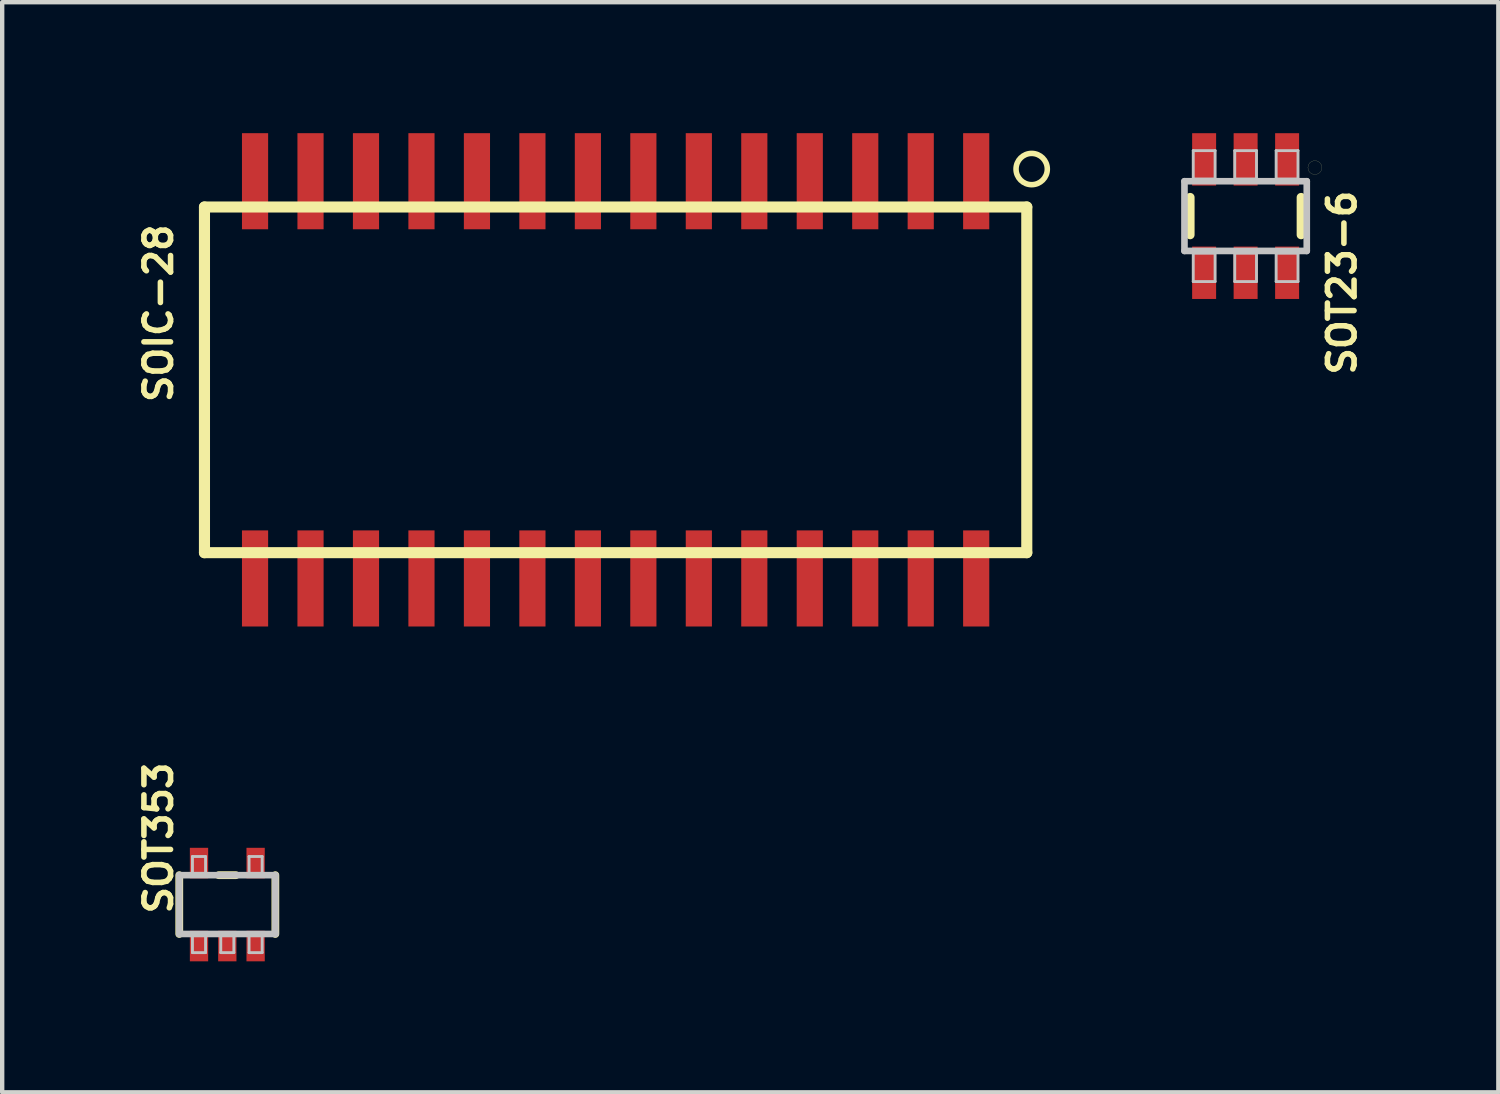
<source format=kicad_pcb>
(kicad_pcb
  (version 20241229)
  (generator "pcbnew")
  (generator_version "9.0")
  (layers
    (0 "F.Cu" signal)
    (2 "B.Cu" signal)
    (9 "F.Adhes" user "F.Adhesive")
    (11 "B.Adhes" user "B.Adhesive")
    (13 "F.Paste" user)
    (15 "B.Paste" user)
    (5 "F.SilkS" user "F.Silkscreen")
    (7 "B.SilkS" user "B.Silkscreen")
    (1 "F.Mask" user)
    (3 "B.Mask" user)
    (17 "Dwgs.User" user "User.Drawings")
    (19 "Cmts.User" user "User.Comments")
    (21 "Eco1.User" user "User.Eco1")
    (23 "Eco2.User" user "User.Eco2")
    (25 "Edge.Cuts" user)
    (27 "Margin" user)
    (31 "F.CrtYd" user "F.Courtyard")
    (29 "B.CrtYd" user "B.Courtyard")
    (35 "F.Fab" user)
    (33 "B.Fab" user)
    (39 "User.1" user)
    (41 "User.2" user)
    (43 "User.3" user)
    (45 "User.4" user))
  (footprint "SOIC-28"
    (layer "F.Cu")
    (at 10.409 5.646)
    (property "Reference" "SOIC-28" (at -9.83 -1.524 90) (layer "F.SilkS") (effects (font (size 0.61 0.61) (thickness 0.127))))
    (attr smd)
    (fp_line (start -8.778 -3.957) (end 10.048 -3.957) (stroke (width 0.254) (type solid)) (layer "F.SilkS"))
    (fp_line (start -8.778 3.957) (end -8.778 -3.957) (stroke (width 0.254) (type solid)) (layer "F.SilkS"))
    (fp_line (start 10.048 -3.957) (end 10.048 3.957) (stroke (width 0.254) (type solid)) (layer "F.SilkS"))
    (fp_line (start 10.048 3.957) (end -8.778 3.957) (stroke (width 0.254) (type solid)) (layer "F.SilkS"))
    (fp_circle (center 10.16 -4.826) (end 10.16 -5.184) (stroke (width 0.127) (type solid)) (fill no) (layer "F.SilkS"))
    (pad "1" smd rect (at 8.89 -4.547) (size 0.599 2.2) (layers "F.Cu" "F.Mask" "F.Paste"))
    (pad "2" smd rect (at 7.62 -4.547) (size 0.599 2.2) (layers "F.Cu" "F.Mask" "F.Paste"))
    (pad "3" smd rect (at 6.35 -4.547) (size 0.599 2.2) (layers "F.Cu" "F.Mask" "F.Paste"))
    (pad "4" smd rect (at 5.08 -4.547) (size 0.599 2.2) (layers "F.Cu" "F.Mask" "F.Paste"))
    (pad "5" smd rect (at 3.81 -4.547) (size 0.599 2.2) (layers "F.Cu" "F.Mask" "F.Paste"))
    (pad "6" smd rect (at 2.54 -4.547) (size 0.599 2.2) (layers "F.Cu" "F.Mask" "F.Paste"))
    (pad "7" smd rect (at 1.27 -4.547) (size 0.599 2.2) (layers "F.Cu" "F.Mask" "F.Paste"))
    (pad "8" smd rect (at 0 -4.547) (size 0.599 2.2) (layers "F.Cu" "F.Mask" "F.Paste"))
    (pad "9" smd rect (at -1.27 -4.547) (size 0.599 2.2) (layers "F.Cu" "F.Mask" "F.Paste"))
    (pad "10" smd rect (at -2.54 -4.547) (size 0.599 2.2) (layers "F.Cu" "F.Mask" "F.Paste"))
    (pad "11" smd rect (at -3.81 -4.547) (size 0.599 2.2) (layers "F.Cu" "F.Mask" "F.Paste"))
    (pad "12" smd rect (at -5.08 -4.547) (size 0.599 2.2) (layers "F.Cu" "F.Mask" "F.Paste"))
    (pad "13" smd rect (at -6.35 -4.547) (size 0.599 2.2) (layers "F.Cu" "F.Mask" "F.Paste"))
    (pad "14" smd rect (at -7.62 -4.547) (size 0.599 2.2) (layers "F.Cu" "F.Mask" "F.Paste"))
    (pad "15" smd rect (at -7.62 4.547) (size 0.599 2.2) (layers "F.Cu" "F.Mask" "F.Paste"))
    (pad "16" smd rect (at -6.35 4.547) (size 0.599 2.2) (layers "F.Cu" "F.Mask" "F.Paste"))
    (pad "17" smd rect (at -5.08 4.547) (size 0.599 2.2) (layers "F.Cu" "F.Mask" "F.Paste"))
    (pad "18" smd rect (at -3.81 4.547) (size 0.599 2.2) (layers "F.Cu" "F.Mask" "F.Paste"))
    (pad "19" smd rect (at -2.54 4.547) (size 0.599 2.2) (layers "F.Cu" "F.Mask" "F.Paste"))
    (pad "20" smd rect (at -1.27 4.547) (size 0.599 2.2) (layers "F.Cu" "F.Mask" "F.Paste"))
    (pad "21" smd rect (at 0 4.547) (size 0.599 2.2) (layers "F.Cu" "F.Mask" "F.Paste"))
    (pad "22" smd rect (at 1.27 4.547) (size 0.599 2.2) (layers "F.Cu" "F.Mask" "F.Paste"))
    (pad "23" smd rect (at 2.54 4.547) (size 0.599 2.2) (layers "F.Cu" "F.Mask" "F.Paste"))
    (pad "24" smd rect (at 3.81 4.547) (size 0.599 2.2) (layers "F.Cu" "F.Mask" "F.Paste"))
    (pad "25" smd rect (at 5.08 4.547) (size 0.599 2.2) (layers "F.Cu" "F.Mask" "F.Paste"))
    (pad "26" smd rect (at 6.35 4.547) (size 0.599 2.2) (layers "F.Cu" "F.Mask" "F.Paste"))
    (pad "27" smd rect (at 7.62 4.547) (size 0.599 2.2) (layers "F.Cu" "F.Mask" "F.Paste"))
    (pad "28" smd rect (at 8.89 4.547) (size 0.599 2.2) (layers "F.Cu" "F.Mask" "F.Paste")))
  (footprint "SOT23-6"
    (layer "F.Cu")
    (at 25.467 1.897)
    (property "Reference" "SOT23-6" (at 2.207 1.524 270) (layer "F.SilkS") (effects (font (size 0.61 0.61) (thickness 0.127))))
    (attr smd)
    (fp_line (start -1.27 0.429) (end -1.27 -0.429) (stroke (width 0.203) (type solid)) (layer "F.SilkS"))
    (fp_line (start 1.27 -0.429) (end 1.27 0.429) (stroke (width 0.203) (type solid)) (layer "F.SilkS"))
    (fp_line (start 1.427 -1.11) (end 1.433 -1.069) (stroke (width 0.003) (type solid)) (layer "F.SilkS"))
    (fp_line (start 1.433 -1.151) (end 1.427 -1.11) (stroke (width 0.003) (type solid)) (layer "F.SilkS"))
    (fp_line (start 1.433 -1.069) (end 1.448 -1.031) (stroke (width 0.003) (type solid)) (layer "F.SilkS"))
    (fp_line (start 1.448 -1.189) (end 1.433 -1.151) (stroke (width 0.003) (type solid)) (layer "F.SilkS"))
    (fp_line (start 1.448 -1.031) (end 1.473 -0.998) (stroke (width 0.003) (type solid)) (layer "F.SilkS"))
    (fp_line (start 1.473 -1.222) (end 1.448 -1.189) (stroke (width 0.003) (type solid)) (layer "F.SilkS"))
    (fp_line (start 1.473 -0.998) (end 1.506 -0.973) (stroke (width 0.003) (type solid)) (layer "F.SilkS"))
    (fp_line (start 1.506 -1.247) (end 1.473 -1.222) (stroke (width 0.003) (type solid)) (layer "F.SilkS"))
    (fp_line (start 1.506 -0.973) (end 1.544 -0.958) (stroke (width 0.003) (type solid)) (layer "F.SilkS"))
    (fp_line (start 1.544 -1.262) (end 1.506 -1.247) (stroke (width 0.003) (type solid)) (layer "F.SilkS"))
    (fp_line (start 1.544 -0.958) (end 1.587 -0.953) (stroke (width 0.003) (type solid)) (layer "F.SilkS"))
    (fp_line (start 1.587 -1.27) (end 1.544 -1.262) (stroke (width 0.003) (type solid)) (layer "F.SilkS"))
    (fp_line (start 1.587 -0.953) (end 1.628 -0.958) (stroke (width 0.003) (type solid)) (layer "F.SilkS"))
    (fp_line (start 1.628 -1.262) (end 1.587 -1.27) (stroke (width 0.003) (type solid)) (layer "F.SilkS"))
    (fp_line (start 1.628 -0.958) (end 1.666 -0.973) (stroke (width 0.003) (type solid)) (layer "F.SilkS"))
    (fp_line (start 1.666 -1.247) (end 1.628 -1.262) (stroke (width 0.003) (type solid)) (layer "F.SilkS"))
    (fp_line (start 1.666 -0.973) (end 1.699 -0.998) (stroke (width 0.003) (type solid)) (layer "F.SilkS"))
    (fp_line (start 1.699 -1.222) (end 1.666 -1.247) (stroke (width 0.003) (type solid)) (layer "F.SilkS"))
    (fp_line (start 1.699 -0.998) (end 1.725 -1.031) (stroke (width 0.003) (type solid)) (layer "F.SilkS"))
    (fp_line (start 1.725 -1.189) (end 1.699 -1.222) (stroke (width 0.003) (type solid)) (layer "F.SilkS"))
    (fp_line (start 1.725 -1.031) (end 1.74 -1.069) (stroke (width 0.003) (type solid)) (layer "F.SilkS"))
    (fp_line (start 1.74 -1.151) (end 1.725 -1.189) (stroke (width 0.003) (type solid)) (layer "F.SilkS"))
    (fp_line (start 1.74 -1.069) (end 1.745 -1.11) (stroke (width 0.003) (type solid)) (layer "F.SilkS"))
    (fp_line (start 1.745 -1.11) (end 1.74 -1.151) (stroke (width 0.003) (type solid)) (layer "F.SilkS"))
    (fp_line (start -1.4 -0.798) (end -1.4 0.798) (stroke (width 0.152) (type solid)) (layer "Dwgs.User"))
    (fp_line (start -1.4 -0.798) (end 1.4 -0.798) (stroke (width 0.152) (type solid)) (layer "Dwgs.User"))
    (fp_line (start -1.199 -1.499) (end -0.699 -1.499) (stroke (width 0.066) (type solid)) (layer "Dwgs.User"))
    (fp_line (start -1.199 -0.848) (end -1.199 -1.499) (stroke (width 0.066) (type solid)) (layer "Dwgs.User"))
    (fp_line (start -1.199 -0.848) (end -0.699 -0.848) (stroke (width 0.066) (type solid)) (layer "Dwgs.User"))
    (fp_line (start -1.199 0.848) (end -0.699 0.848) (stroke (width 0.066) (type solid)) (layer "Dwgs.User"))
    (fp_line (start -1.199 1.499) (end -1.199 0.848) (stroke (width 0.066) (type solid)) (layer "Dwgs.User"))
    (fp_line (start -1.199 1.499) (end -0.699 1.499) (stroke (width 0.066) (type solid)) (layer "Dwgs.User"))
    (fp_line (start -0.699 -0.848) (end -0.699 -1.499) (stroke (width 0.066) (type solid)) (layer "Dwgs.User"))
    (fp_line (start -0.699 1.499) (end -0.699 0.848) (stroke (width 0.066) (type solid)) (layer "Dwgs.User"))
    (fp_line (start -0.249 -1.499) (end 0.249 -1.499) (stroke (width 0.066) (type solid)) (layer "Dwgs.User"))
    (fp_line (start -0.249 -0.848) (end -0.249 -1.499) (stroke (width 0.066) (type solid)) (layer "Dwgs.User"))
    (fp_line (start -0.249 -0.848) (end 0.249 -0.848) (stroke (width 0.066) (type solid)) (layer "Dwgs.User"))
    (fp_line (start -0.249 0.848) (end 0.249 0.848) (stroke (width 0.066) (type solid)) (layer "Dwgs.User"))
    (fp_line (start -0.249 1.499) (end -0.249 0.848) (stroke (width 0.066) (type solid)) (layer "Dwgs.User"))
    (fp_line (start -0.249 1.499) (end 0.249 1.499) (stroke (width 0.066) (type solid)) (layer "Dwgs.User"))
    (fp_line (start 0.249 -0.848) (end 0.249 -1.499) (stroke (width 0.066) (type solid)) (layer "Dwgs.User"))
    (fp_line (start 0.249 1.499) (end 0.249 0.848) (stroke (width 0.066) (type solid)) (layer "Dwgs.User"))
    (fp_line (start 0.699 -1.499) (end 1.199 -1.499) (stroke (width 0.066) (type solid)) (layer "Dwgs.User"))
    (fp_line (start 0.699 -0.848) (end 0.699 -1.499) (stroke (width 0.066) (type solid)) (layer "Dwgs.User"))
    (fp_line (start 0.699 -0.848) (end 1.199 -0.848) (stroke (width 0.066) (type solid)) (layer "Dwgs.User"))
    (fp_line (start 0.699 0.848) (end 1.199 0.848) (stroke (width 0.066) (type solid)) (layer "Dwgs.User"))
    (fp_line (start 0.699 1.499) (end 0.699 0.848) (stroke (width 0.066) (type solid)) (layer "Dwgs.User"))
    (fp_line (start 0.699 1.499) (end 1.199 1.499) (stroke (width 0.066) (type solid)) (layer "Dwgs.User"))
    (fp_line (start 1.199 -0.848) (end 1.199 -1.499) (stroke (width 0.066) (type solid)) (layer "Dwgs.User"))
    (fp_line (start 1.199 1.499) (end 1.199 0.848) (stroke (width 0.066) (type solid)) (layer "Dwgs.User"))
    (fp_line (start 1.4 -0.798) (end 1.4 0.798) (stroke (width 0.152) (type solid)) (layer "Dwgs.User"))
    (fp_line (start 1.4 0.798) (end -1.4 0.798) (stroke (width 0.152) (type solid)) (layer "Dwgs.User"))
    (pad "1" smd rect (at 0.95 -1.298) (size 0.549 1.199) (layers "F.Cu" "F.Mask" "F.Paste"))
    (pad "2" smd rect (at 0 -1.298 180) (size 0.549 1.199) (layers "F.Cu" "F.Mask" "F.Paste"))
    (pad "3" smd rect (at -0.95 -1.298) (size 0.549 1.199) (layers "F.Cu" "F.Mask" "F.Paste"))
    (pad "4" smd rect (at -0.95 1.298) (size 0.549 1.199) (layers "F.Cu" "F.Mask" "F.Paste"))
    (pad "5" smd rect (at 0 1.298) (size 0.549 1.199) (layers "F.Cu" "F.Mask" "F.Paste"))
    (pad "6" smd rect (at 0.95 1.298) (size 0.549 1.199) (layers "F.Cu" "F.Mask" "F.Paste")))
  (footprint "SOT353"
    (layer "F.Cu")
    (at 2.154 17.659)
    (property "Reference" "SOT353" (at -1.575 -1.524 90) (layer "F.SilkS") (effects (font (size 0.61 0.61) (thickness 0.127))))
    (attr smd)
    (fp_line (start -1.1 0.673) (end -1.1 -0.673) (stroke (width 0.178) (type solid)) (layer "F.SilkS"))
    (fp_line (start -0.198 -0.673) (end 0.198 -0.673) (stroke (width 0.178) (type solid)) (layer "F.SilkS"))
    (fp_line (start 1.1 -0.673) (end 1.1 0.673) (stroke (width 0.178) (type solid)) (layer "F.SilkS"))
    (fp_line (start -1.1 -0.673) (end 1.1 -0.673) (stroke (width 0.152) (type solid)) (layer "Dwgs.User"))
    (fp_line (start -1.1 0.673) (end -1.1 -0.673) (stroke (width 0.152) (type solid)) (layer "Dwgs.User"))
    (fp_line (start -0.798 -1.1) (end -0.498 -1.1) (stroke (width 0.066) (type solid)) (layer "Dwgs.User"))
    (fp_line (start -0.798 -0.699) (end -0.798 -1.1) (stroke (width 0.066) (type solid)) (layer "Dwgs.User"))
    (fp_line (start -0.798 -0.699) (end -0.498 -0.699) (stroke (width 0.066) (type solid)) (layer "Dwgs.User"))
    (fp_line (start -0.798 0.699) (end -0.498 0.699) (stroke (width 0.066) (type solid)) (layer "Dwgs.User"))
    (fp_line (start -0.798 1.1) (end -0.798 0.699) (stroke (width 0.066) (type solid)) (layer "Dwgs.User"))
    (fp_line (start -0.798 1.1) (end -0.498 1.1) (stroke (width 0.066) (type solid)) (layer "Dwgs.User"))
    (fp_line (start -0.498 -0.699) (end -0.498 -1.1) (stroke (width 0.066) (type solid)) (layer "Dwgs.User"))
    (fp_line (start -0.498 1.1) (end -0.498 0.699) (stroke (width 0.066) (type solid)) (layer "Dwgs.User"))
    (fp_line (start -0.15 0.699) (end 0.15 0.699) (stroke (width 0.066) (type solid)) (layer "Dwgs.User"))
    (fp_line (start -0.15 1.1) (end -0.15 0.699) (stroke (width 0.066) (type solid)) (layer "Dwgs.User"))
    (fp_line (start -0.15 1.1) (end 0.15 1.1) (stroke (width 0.066) (type solid)) (layer "Dwgs.User"))
    (fp_line (start 0.15 1.1) (end 0.15 0.699) (stroke (width 0.066) (type solid)) (layer "Dwgs.User"))
    (fp_line (start 0.498 -1.1) (end 0.798 -1.1) (stroke (width 0.066) (type solid)) (layer "Dwgs.User"))
    (fp_line (start 0.498 -0.699) (end 0.498 -1.1) (stroke (width 0.066) (type solid)) (layer "Dwgs.User"))
    (fp_line (start 0.498 -0.699) (end 0.798 -0.699) (stroke (width 0.066) (type solid)) (layer "Dwgs.User"))
    (fp_line (start 0.498 0.699) (end 0.798 0.699) (stroke (width 0.066) (type solid)) (layer "Dwgs.User"))
    (fp_line (start 0.498 1.1) (end 0.498 0.699) (stroke (width 0.066) (type solid)) (layer "Dwgs.User"))
    (fp_line (start 0.498 1.1) (end 0.798 1.1) (stroke (width 0.066) (type solid)) (layer "Dwgs.User"))
    (fp_line (start 0.798 -0.699) (end 0.798 -1.1) (stroke (width 0.066) (type solid)) (layer "Dwgs.User"))
    (fp_line (start 0.798 1.1) (end 0.798 0.699) (stroke (width 0.066) (type solid)) (layer "Dwgs.User"))
    (fp_line (start 1.1 -0.673) (end 1.1 0.673) (stroke (width 0.152) (type solid)) (layer "Dwgs.User"))
    (fp_line (start 1.1 0.673) (end -1.1 0.673) (stroke (width 0.152) (type solid)) (layer "Dwgs.User"))
    (pad "1" smd rect (at -0.648 0.95) (size 0.419 0.699) (layers "F.Cu" "F.Mask" "F.Paste"))
    (pad "2" smd rect (at 0 0.95) (size 0.419 0.699) (layers "F.Cu" "F.Mask" "F.Paste"))
    (pad "3" smd rect (at 0.648 0.95) (size 0.419 0.699) (layers "F.Cu" "F.Mask" "F.Paste"))
    (pad "4" smd rect (at 0.648 -0.95) (size 0.419 0.699) (layers "F.Cu" "F.Mask" "F.Paste"))
    (pad "5" smd rect (at -0.648 -0.95) (size 0.419 0.699) (layers "F.Cu" "F.Mask" "F.Paste")))
  (gr_rect
    (start -3 -3)
    (end 31.253 21.958)
    (stroke (width 0.1) (type default))
    (fill no)
    (layer "Edge.Cuts")))
</source>
